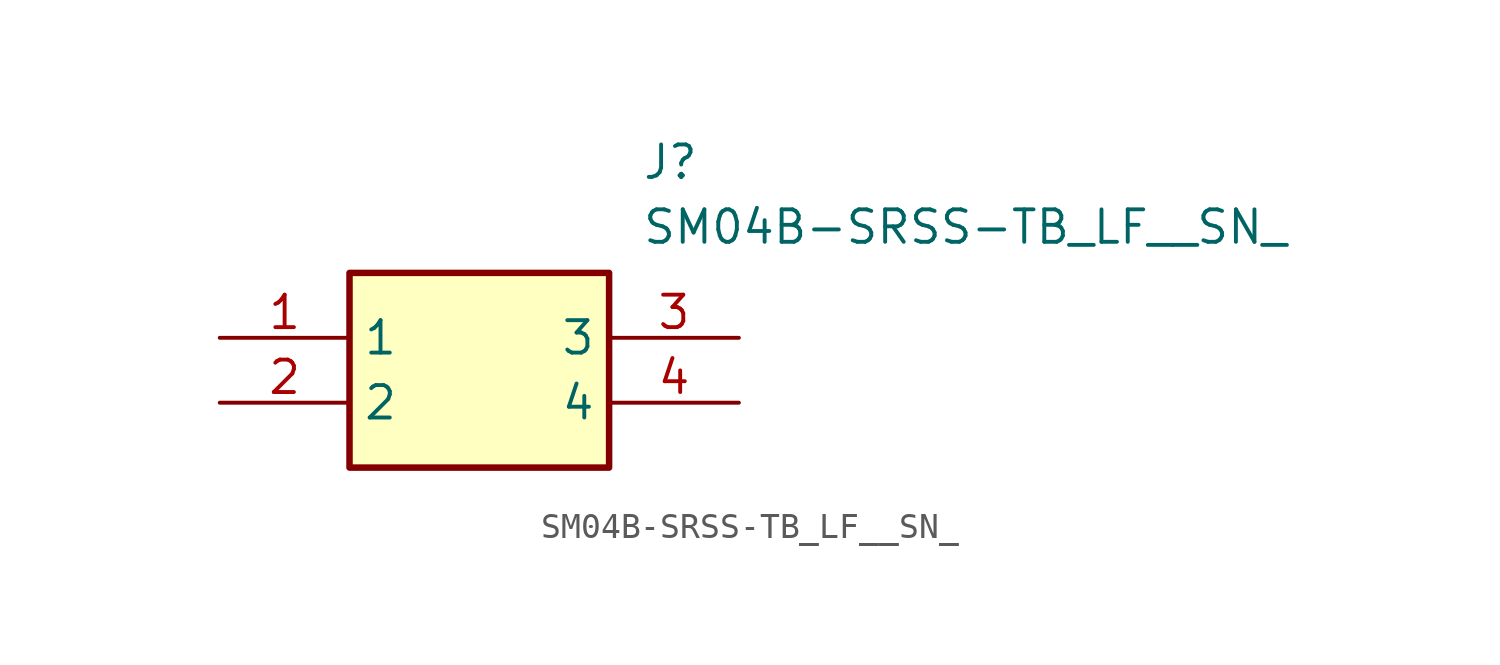
<source format=kicad_sym>
(kicad_symbol_lib
  (version 20211014)
  (generator SamacSys_ECAD_Model)
  (symbol "SM04B-SRSS-TB_LF__SN_"
    (property "Reference" "J"
      (at 16.51 7.62 0)
      (effects (font (size 1.27 1.27)) (justify left top)))
    (property "Value" "SM04B-SRSS-TB_LF__SN_"
      (at 16.51 5.08 0)
      (effects (font (size 1.27 1.27)) (justify left top)))
    (rectangle
      (start 5.08 2.54)
      (end 15.24 -5.08)
      (stroke (width 0.254) (type default))
      (fill (type background)))
    (pin passive line
      (at 0 0 0)
      (length 5.08)
      (name "1" (effects (font (size 1.27 1.27))))
      (number "1" (effects (font (size 1.27 1.27)))))
    (pin passive line
      (at 0 -2.54 0)
      (length 5.08)
      (name "2" (effects (font (size 1.27 1.27))))
      (number "2" (effects (font (size 1.27 1.27)))))
    (pin passive line
      (at 20.32 0 180)
      (length 5.08)
      (name "3" (effects (font (size 1.27 1.27))))
      (number "3" (effects (font (size 1.27 1.27)))))
    (pin passive line
      (at 20.32 -2.54 180)
      (length 5.08)
      (name "4" (effects (font (size 1.27 1.27))))
      (number "4" (effects (font (size 1.27 1.27)))))))
</source>
